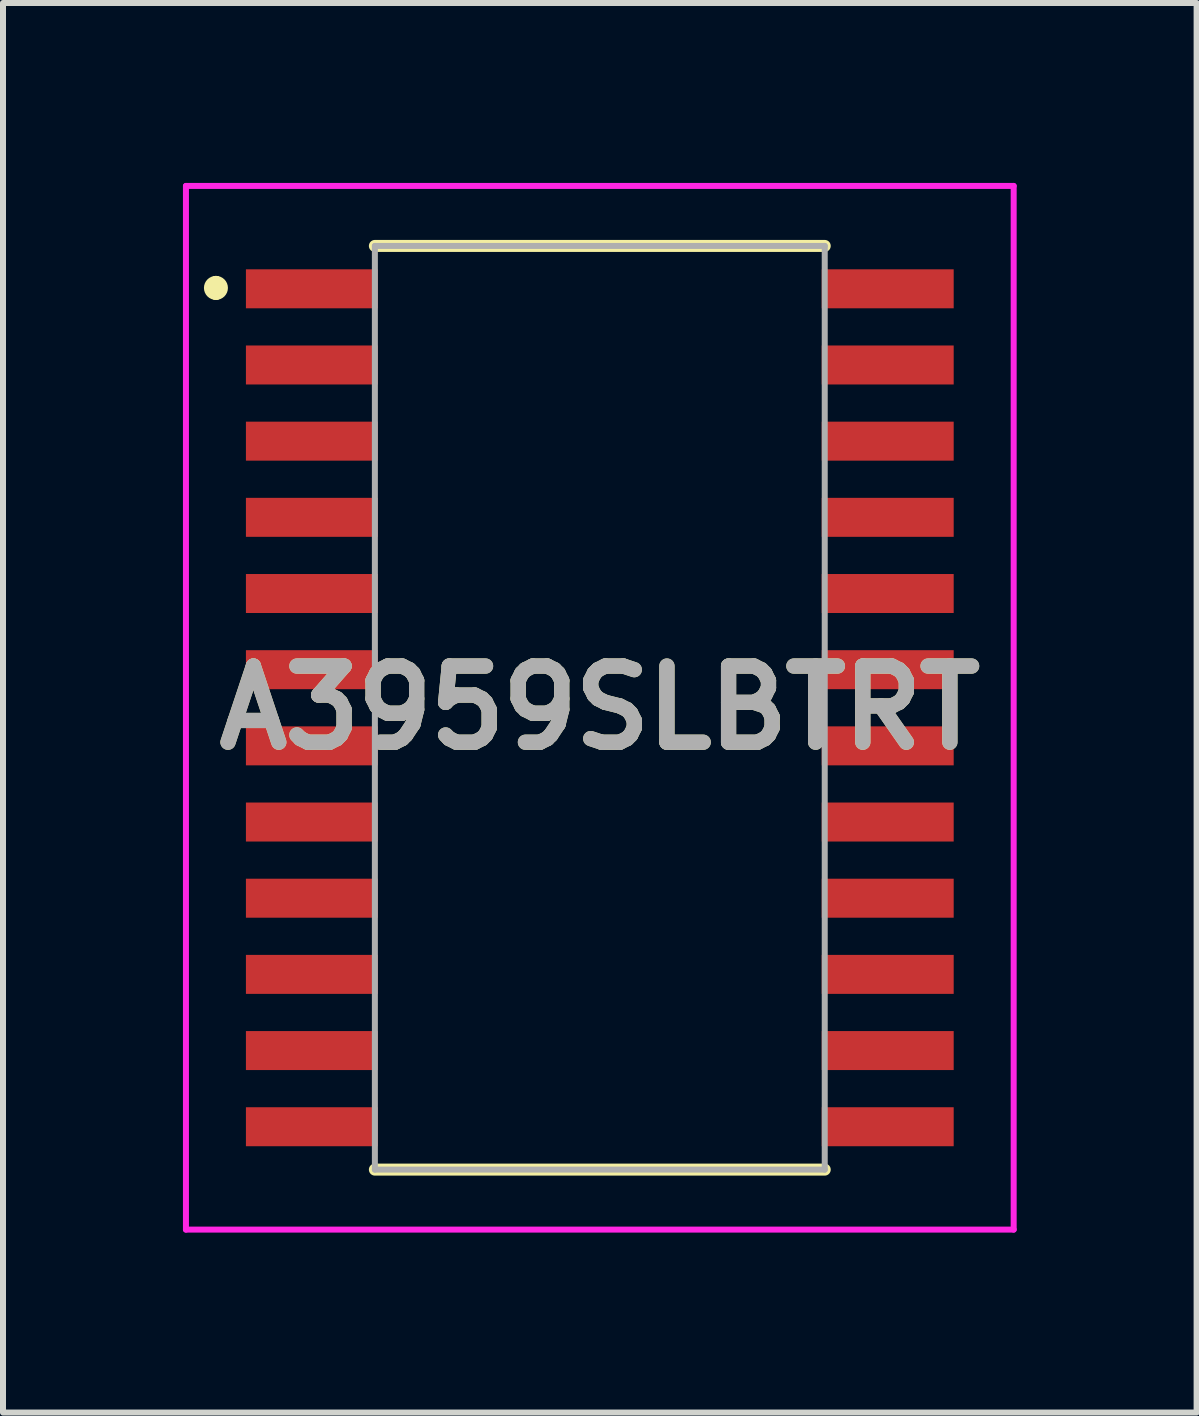
<source format=kicad_pcb>
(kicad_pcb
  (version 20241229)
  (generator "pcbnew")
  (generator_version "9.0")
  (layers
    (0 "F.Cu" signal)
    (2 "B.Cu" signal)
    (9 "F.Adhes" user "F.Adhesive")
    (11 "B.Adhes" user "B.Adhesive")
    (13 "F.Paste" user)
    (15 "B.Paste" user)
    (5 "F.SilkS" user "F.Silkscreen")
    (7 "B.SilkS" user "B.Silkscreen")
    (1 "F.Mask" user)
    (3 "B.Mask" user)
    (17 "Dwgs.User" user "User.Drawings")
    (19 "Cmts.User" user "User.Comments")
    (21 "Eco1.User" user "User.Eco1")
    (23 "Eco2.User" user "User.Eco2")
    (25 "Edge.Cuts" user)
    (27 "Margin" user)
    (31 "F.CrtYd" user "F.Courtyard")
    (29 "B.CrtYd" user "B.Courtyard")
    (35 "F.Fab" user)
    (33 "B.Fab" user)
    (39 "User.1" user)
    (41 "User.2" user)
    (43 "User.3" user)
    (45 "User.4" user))
  (footprint "A3959SLBTRT"
    (layer "F.Cu")
    (at 6.95 8.75)
    (property "Reference" "A3959SLBTRT" (at 0 0 0) (layer "F.SilkS") (effects (font (size 1.27 1.27) (thickness 0.254))))
    (attr smd)
    (fp_line (start -6.4 -7.1) (end -6.4 -7.1) (stroke (width 0.2) (type solid)) (layer "F.SilkS"))
    (fp_line (start -6.4 -6.9) (end -6.4 -6.9) (stroke (width 0.2) (type solid)) (layer "F.SilkS"))
    (fp_line (start -3.75 -7.7) (end 3.75 -7.7) (stroke (width 0.2) (type solid)) (layer "F.SilkS"))
    (fp_line (start -3.75 7.7) (end 3.75 7.7) (stroke (width 0.2) (type solid)) (layer "F.SilkS"))
    (fp_arc (start -6.4 -7.1) (mid -6.3 -7) (end -6.4 -6.9) (stroke (width 0.2) (type solid)) (layer "F.SilkS"))
    (fp_arc (start -6.4 -6.9) (mid -6.5 -7) (end -6.4 -7.1) (stroke (width 0.2) (type solid)) (layer "F.SilkS"))
    (fp_line (start -6.9 -8.7) (end 6.9 -8.7) (stroke (width 0.1) (type solid)) (layer "F.CrtYd"))
    (fp_line (start -6.9 8.7) (end -6.9 -8.7) (stroke (width 0.1) (type solid)) (layer "F.CrtYd"))
    (fp_line (start 6.9 -8.7) (end 6.9 8.7) (stroke (width 0.1) (type solid)) (layer "F.CrtYd"))
    (fp_line (start 6.9 8.7) (end -6.9 8.7) (stroke (width 0.1) (type solid)) (layer "F.CrtYd"))
    (fp_line (start -3.75 -7.7) (end 3.75 -7.7) (stroke (width 0.1) (type solid)) (layer "F.Fab"))
    (fp_line (start -3.75 7.7) (end -3.75 -7.7) (stroke (width 0.1) (type solid)) (layer "F.Fab"))
    (fp_line (start 3.75 -7.7) (end 3.75 7.7) (stroke (width 0.1) (type solid)) (layer "F.Fab"))
    (fp_line (start 3.75 7.7) (end -3.75 7.7) (stroke (width 0.1) (type solid)) (layer "F.Fab"))
    (fp_text user "${REFERENCE}" (at 0 0 0) (layer "F.Fab") (effects (font (size 1.27 1.27) (thickness 0.254))))
    (pad "1" smd rect (at -4.8 -6.985 90) (size 0.65 2.2) (layers "F.Cu" "F.Mask" "F.Paste"))
    (pad "2" smd rect (at -4.8 -5.715 90) (size 0.65 2.2) (layers "F.Cu" "F.Mask" "F.Paste"))
    (pad "3" smd rect (at -4.8 -4.445 90) (size 0.65 2.2) (layers "F.Cu" "F.Mask" "F.Paste"))
    (pad "4" smd rect (at -4.8 -3.175 90) (size 0.65 2.2) (layers "F.Cu" "F.Mask" "F.Paste"))
    (pad "5" smd rect (at -4.8 -1.905 90) (size 0.65 2.2) (layers "F.Cu" "F.Mask" "F.Paste"))
    (pad "6" smd rect (at -4.8 -0.635 90) (size 0.65 2.2) (layers "F.Cu" "F.Mask" "F.Paste"))
    (pad "7" smd rect (at -4.8 0.635 90) (size 0.65 2.2) (layers "F.Cu" "F.Mask" "F.Paste"))
    (pad "8" smd rect (at -4.8 1.905 90) (size 0.65 2.2) (layers "F.Cu" "F.Mask" "F.Paste"))
    (pad "9" smd rect (at -4.8 3.175 90) (size 0.65 2.2) (layers "F.Cu" "F.Mask" "F.Paste"))
    (pad "10" smd rect (at -4.8 4.445 90) (size 0.65 2.2) (layers "F.Cu" "F.Mask" "F.Paste"))
    (pad "11" smd rect (at -4.8 5.715 90) (size 0.65 2.2) (layers "F.Cu" "F.Mask" "F.Paste"))
    (pad "12" smd rect (at -4.8 6.985 90) (size 0.65 2.2) (layers "F.Cu" "F.Mask" "F.Paste"))
    (pad "13" smd rect (at 4.8 6.985 90) (size 0.65 2.2) (layers "F.Cu" "F.Mask" "F.Paste"))
    (pad "14" smd rect (at 4.8 5.715 90) (size 0.65 2.2) (layers "F.Cu" "F.Mask" "F.Paste"))
    (pad "15" smd rect (at 4.8 4.445 90) (size 0.65 2.2) (layers "F.Cu" "F.Mask" "F.Paste"))
    (pad "16" smd rect (at 4.8 3.175 90) (size 0.65 2.2) (layers "F.Cu" "F.Mask" "F.Paste"))
    (pad "17" smd rect (at 4.8 1.905 90) (size 0.65 2.2) (layers "F.Cu" "F.Mask" "F.Paste"))
    (pad "18" smd rect (at 4.8 0.635 90) (size 0.65 2.2) (layers "F.Cu" "F.Mask" "F.Paste"))
    (pad "19" smd rect (at 4.8 -0.635 90) (size 0.65 2.2) (layers "F.Cu" "F.Mask" "F.Paste"))
    (pad "20" smd rect (at 4.8 -1.905 90) (size 0.65 2.2) (layers "F.Cu" "F.Mask" "F.Paste"))
    (pad "21" smd rect (at 4.8 -3.175 90) (size 0.65 2.2) (layers "F.Cu" "F.Mask" "F.Paste"))
    (pad "22" smd rect (at 4.8 -4.445 90) (size 0.65 2.2) (layers "F.Cu" "F.Mask" "F.Paste"))
    (pad "23" smd rect (at 4.8 -5.715 90) (size 0.65 2.2) (layers "F.Cu" "F.Mask" "F.Paste"))
    (pad "24" smd rect (at 4.8 -6.985 90) (size 0.65 2.2) (layers "F.Cu" "F.Mask" "F.Paste")))
  (gr_rect
    (start -3 -3)
    (end 16.9 20.5)
    (stroke (width 0.1) (type default))
    (fill no)
    (layer "Edge.Cuts")))
</source>
